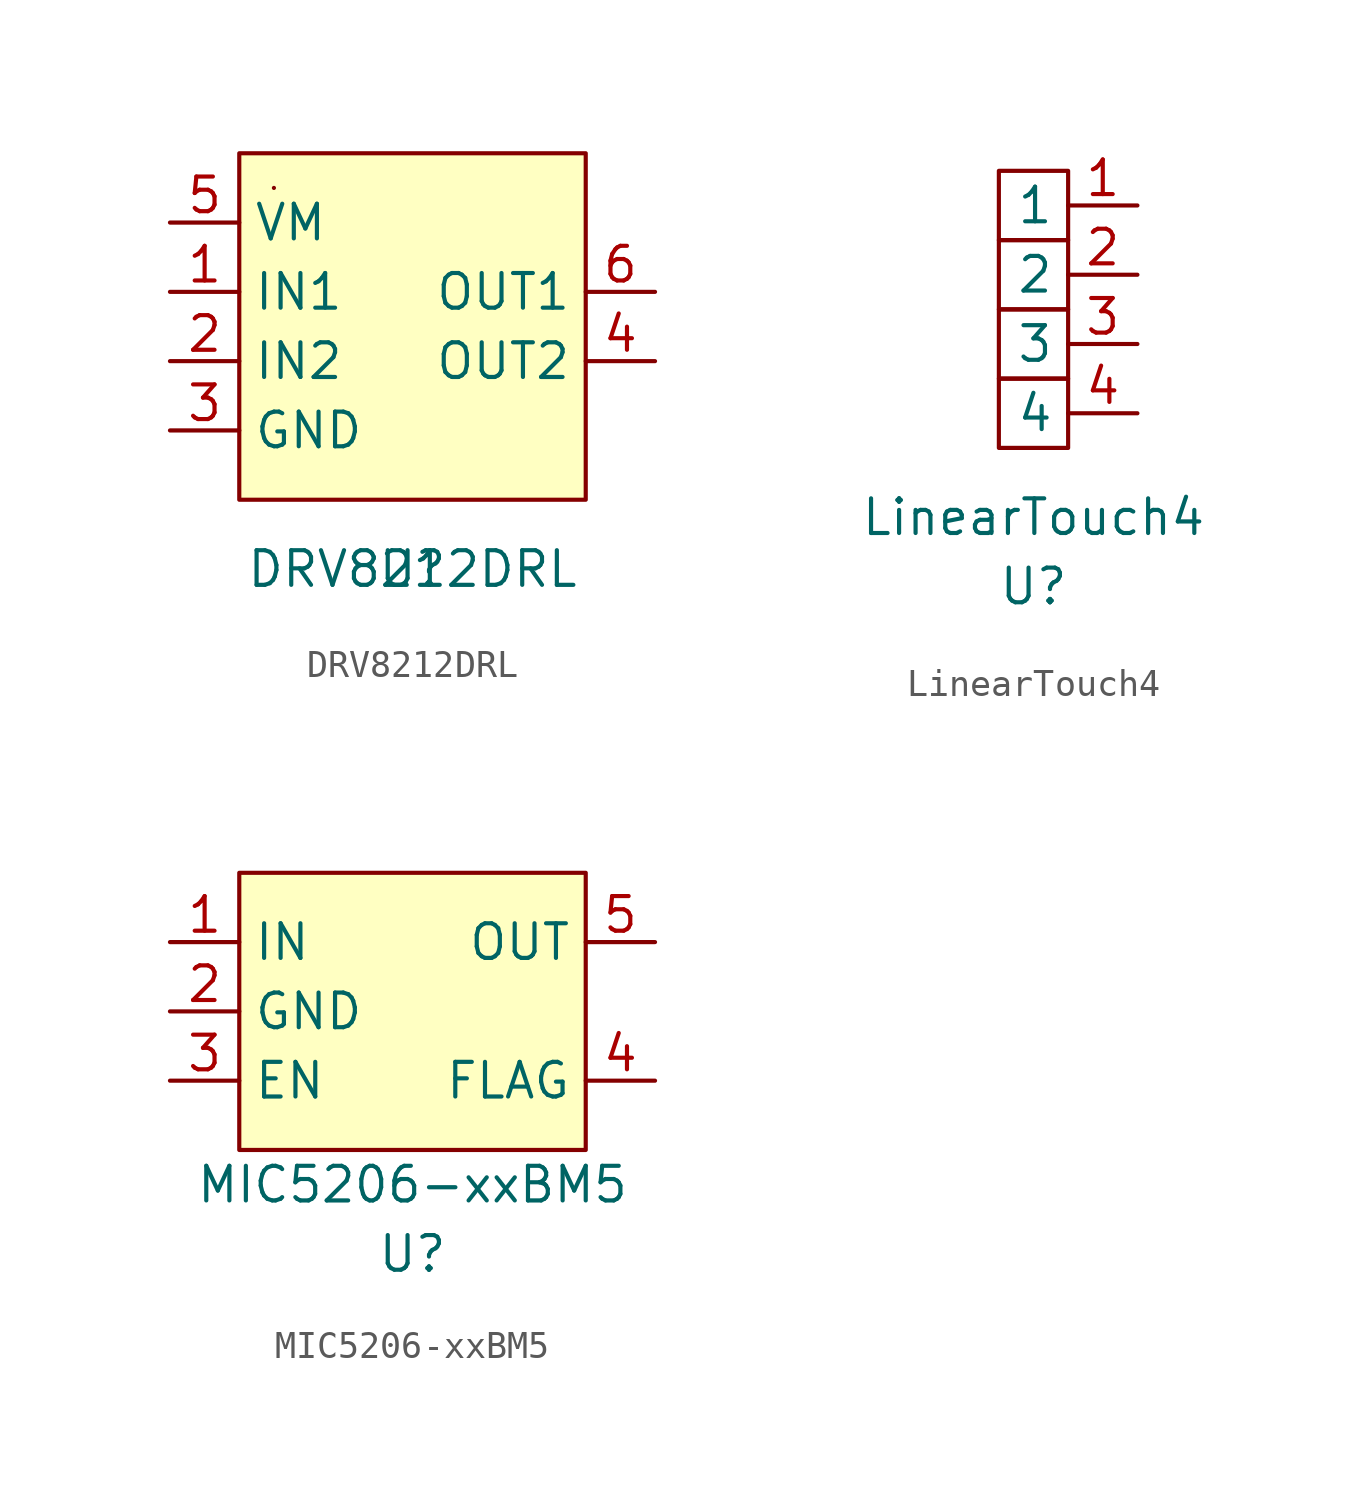
<source format=kicad_sym>
(kicad_symbol_lib
  (version 20211014)
  (generator kicad_symbol_editor)
  (symbol "DRV8212DRL"
    (property "Reference" "U"
      (at 0 0 0)
      (effects (font (size 1.27 1.27))))
    (property "Value" "DRV8212DRL"
      (at 0 0 0)
      (effects (font (size 1.27 1.27))))
    (symbol "DRV8212DRL_0_1"
      (rectangle (start -6.35 15.24) (end 6.35 2.54) (stroke (width 0) (type default) (color 0 0 0 0)) (fill (type background)))
      (rectangle (start -5.08 13.97) (end -5.08 13.97) (stroke (width 0) (type default) (color 0 0 0 0)) (fill (type none))))
    (symbol "DRV8212DRL_1_1"
      (pin input line (at -8.89 10.16 0) (length 2.54) (name "IN1" (effects (font (size 1.27 1.27)))) (number "1" (effects (font (size 1.27 1.27)))))
      (pin input line (at -8.89 7.62 0) (length 2.54) (name "IN2" (effects (font (size 1.27 1.27)))) (number "2" (effects (font (size 1.27 1.27)))))
      (pin input line (at -8.89 5.08 0) (length 2.54) (name "GND" (effects (font (size 1.27 1.27)))) (number "3" (effects (font (size 1.27 1.27)))))
      (pin input line (at 8.89 7.62 180) (length 2.54) (name "OUT2" (effects (font (size 1.27 1.27)))) (number "4" (effects (font (size 1.27 1.27)))))
      (pin input line (at -8.89 12.7 0) (length 2.54) (name "VM" (effects (font (size 1.27 1.27)))) (number "5" (effects (font (size 1.27 1.27)))))
      (pin input line (at 8.89 10.16 180) (length 2.54) (name "OUT1" (effects (font (size 1.27 1.27)))) (number "6" (effects (font (size 1.27 1.27)))))))
  (symbol "LinearTouch4"
    (property "Reference" "U"
      (at 0 -10.16 0)
      (effects (font (size 1.27 1.27))))
    (property "Value" "LinearTouch4"
      (at 0 -7.62 0)
      (effects (font (size 1.27 1.27))))
    (symbol "LinearTouch4_0_1"
      (rectangle (start -1.27 -2.54) (end 1.27 -5.08) (stroke (width 0) (type default) (color 0 0 0 0)) (fill (type none)))
      (rectangle (start -1.27 0) (end 1.27 -2.54) (stroke (width 0) (type default) (color 0 0 0 0)) (fill (type none)))
      (rectangle (start -1.27 2.54) (end 1.27 0) (stroke (width 0) (type default) (color 0 0 0 0)) (fill (type none)))
      (rectangle (start -1.27 5.08) (end 1.27 2.54) (stroke (width 0) (type default) (color 0 0 0 0)) (fill (type none))))
    (symbol "LinearTouch4_1_1"
      (pin input line (at 3.81 3.81 180) (length 2.54) (name "1" (effects (font (size 1.27 1.27)))) (number "1" (effects (font (size 1.27 1.27)))))
      (pin input line (at 3.81 1.27 180) (length 2.54) (name "2" (effects (font (size 1.27 1.27)))) (number "2" (effects (font (size 1.27 1.27)))))
      (pin input line (at 3.81 -1.27 180) (length 2.54) (name "3" (effects (font (size 1.27 1.27)))) (number "3" (effects (font (size 1.27 1.27)))))
      (pin input line (at 3.81 -3.81 180) (length 2.54) (name "4" (effects (font (size 1.27 1.27)))) (number "4" (effects (font (size 1.27 1.27)))))))
  (symbol "MIC5206-xxBM5"
    (property "Reference" "U"
      (at 0 -7.62 0)
      (effects (font (size 1.27 1.27))))
    (property "Value" "MIC5206-xxBM5"
      (at 0 -5.08 0)
      (effects (font (size 1.27 1.27))))
    (symbol "MIC5206-xxBM5_0_1"
      (rectangle (start -6.35 6.35) (end 6.35 -3.81) (stroke (width 0) (type default) (color 0 0 0 0)) (fill (type background))))
    (symbol "MIC5206-xxBM5_1_1"
      (pin input line (at -8.89 3.81 0) (length 2.54) (name "IN" (effects (font (size 1.27 1.27)))) (number "1" (effects (font (size 1.27 1.27)))))
      (pin input line (at -8.89 1.27 0) (length 2.54) (name "GND" (effects (font (size 1.27 1.27)))) (number "2" (effects (font (size 1.27 1.27)))))
      (pin input line (at -8.89 -1.27 0) (length 2.54) (name "EN" (effects (font (size 1.27 1.27)))) (number "3" (effects (font (size 1.27 1.27)))))
      (pin input line (at 8.89 -1.27 180) (length 2.54) (name "FLAG" (effects (font (size 1.27 1.27)))) (number "4" (effects (font (size 1.27 1.27)))))
      (pin input line (at 8.89 3.81 180) (length 2.54) (name "OUT" (effects (font (size 1.27 1.27)))) (number "5" (effects (font (size 1.27 1.27))))))))
</source>
